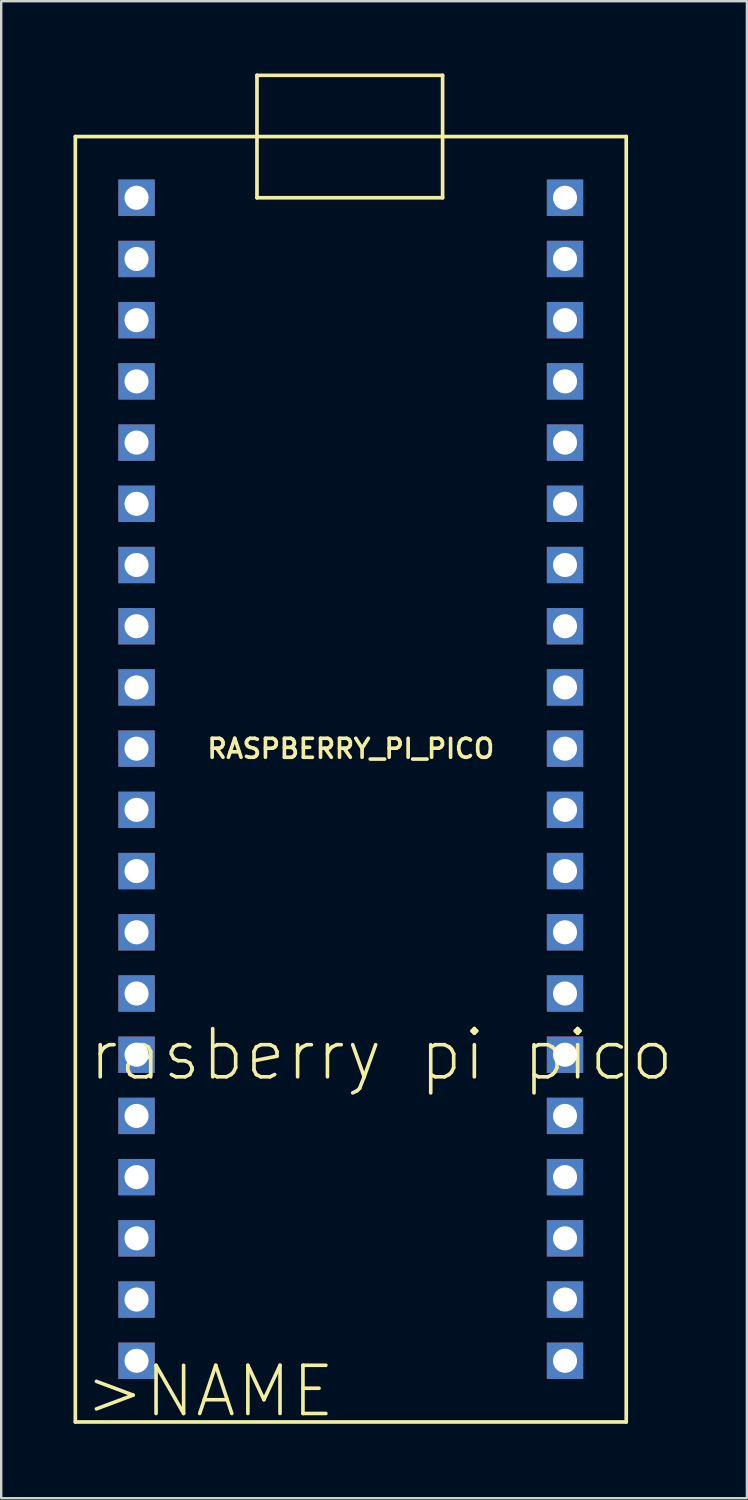
<source format=kicad_pcb>
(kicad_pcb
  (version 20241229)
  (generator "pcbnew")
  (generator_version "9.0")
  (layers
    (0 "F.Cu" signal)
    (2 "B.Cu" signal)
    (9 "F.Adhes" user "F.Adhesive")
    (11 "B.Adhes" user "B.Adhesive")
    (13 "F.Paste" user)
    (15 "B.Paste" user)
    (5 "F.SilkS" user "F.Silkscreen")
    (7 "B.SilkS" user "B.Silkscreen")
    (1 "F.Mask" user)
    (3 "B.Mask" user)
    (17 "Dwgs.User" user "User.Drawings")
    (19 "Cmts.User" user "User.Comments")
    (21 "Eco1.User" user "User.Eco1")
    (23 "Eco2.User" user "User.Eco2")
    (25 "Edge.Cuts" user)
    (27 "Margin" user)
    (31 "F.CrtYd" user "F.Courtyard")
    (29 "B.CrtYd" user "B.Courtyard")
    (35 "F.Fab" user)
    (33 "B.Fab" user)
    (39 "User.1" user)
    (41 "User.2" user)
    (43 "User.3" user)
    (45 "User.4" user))
  (footprint "RASPBERRY_PI_PICO"
    (layer "F.Cu")
    (at 11.506 28.016)
    (property "Reference" "RASPBERRY_PI_PICO" (at 0 0 0) (layer "F.SilkS") (effects (font (size 0.787 0.787) (thickness 0.15))))
    (attr through_hole)
    (fp_line (start -11.43 -25.4) (end -11.43 27.94) (stroke (width 0.152) (type solid)) (layer "F.SilkS"))
    (fp_line (start -11.43 27.94) (end 11.43 27.94) (stroke (width 0.152) (type solid)) (layer "F.SilkS"))
    (fp_line (start -3.893 -27.94) (end -3.893 -22.86) (stroke (width 0.152) (type solid)) (layer "F.SilkS"))
    (fp_line (start -3.893 -22.86) (end 3.81 -22.86) (stroke (width 0.152) (type solid)) (layer "F.SilkS"))
    (fp_line (start 3.81 -27.94) (end -3.893 -27.94) (stroke (width 0.152) (type solid)) (layer "F.SilkS"))
    (fp_line (start 3.81 -22.86) (end 3.81 -27.94) (stroke (width 0.152) (type solid)) (layer "F.SilkS"))
    (fp_line (start 11.43 -25.4) (end -11.43 -25.4) (stroke (width 0.152) (type solid)) (layer "F.SilkS"))
    (fp_line (start 11.43 27.94) (end 11.43 -25.4) (stroke (width 0.152) (type solid)) (layer "F.SilkS"))
    (fp_text user "rasberry pi pico" (at 1.27 12.7 0) (layer "F.SilkS") (effects (font (size 2 2) (thickness 0.15))))
    (fp_text user ">NAME " (at -5.08 26.67 0) (layer "F.SilkS") (effects (font (size 2 2) (thickness 0.15))))
    (pad "3V3" thru_hole rect (at 8.89 -12.7) (size 1.508 1.508) (drill 1) (layers "*.Cu" "*.Mask"))
    (pad "3V3_EN" thru_hole rect (at 8.89 -15.24) (size 1.508 1.508) (drill 1) (layers "*.Cu" "*.Mask"))
    (pad "ADC_VREF" thru_hole rect (at 8.89 -10.16) (size 1.508 1.508) (drill 1) (layers "*.Cu" "*.Mask"))
    (pad "AGND" thru_hole rect (at 8.89 -5.08) (size 1.508 1.508) (drill 1) (layers "*.Cu" "*.Mask"))
    (pad "GND" thru_hole rect (at 8.89 -17.78) (size 1.508 1.508) (drill 1) (layers "*.Cu" "*.Mask"))
    (pad "GND2" thru_hole rect (at 8.89 7.62) (size 1.508 1.508) (drill 1) (layers "*.Cu" "*.Mask"))
    (pad "GND3" thru_hole rect (at 8.89 20.32) (size 1.508 1.508) (drill 1) (layers "*.Cu" "*.Mask"))
    (pad "GND4" thru_hole rect (at -8.89 -17.78) (size 1.508 1.508) (drill 1) (layers "*.Cu" "*.Mask"))
    (pad "GND5" thru_hole rect (at -8.89 -5.08) (size 1.508 1.508) (drill 1) (layers "*.Cu" "*.Mask"))
    (pad "GND6" thru_hole rect (at -8.89 7.62) (size 1.508 1.508) (drill 1) (layers "*.Cu" "*.Mask"))
    (pad "GND7" thru_hole rect (at -8.89 20.32) (size 1.508 1.508) (drill 1) (layers "*.Cu" "*.Mask"))
    (pad "GP0" thru_hole rect (at -8.89 -22.86) (size 1.508 1.508) (drill 1) (layers "*.Cu" "*.Mask"))
    (pad "GP1" thru_hole rect (at -8.89 -20.32) (size 1.508 1.508) (drill 1) (layers "*.Cu" "*.Mask"))
    (pad "GP2" thru_hole rect (at -8.89 -15.24) (size 1.508 1.508) (drill 1) (layers "*.Cu" "*.Mask"))
    (pad "GP3" thru_hole rect (at -8.89 -12.7) (size 1.508 1.508) (drill 1) (layers "*.Cu" "*.Mask"))
    (pad "GP4" thru_hole rect (at -8.89 -10.16) (size 1.508 1.508) (drill 1) (layers "*.Cu" "*.Mask"))
    (pad "GP5" thru_hole rect (at -8.89 -7.62) (size 1.508 1.508) (drill 1) (layers "*.Cu" "*.Mask"))
    (pad "GP6" thru_hole rect (at -8.89 -2.54) (size 1.508 1.508) (drill 1) (layers "*.Cu" "*.Mask"))
    (pad "GP7" thru_hole rect (at -8.89 0) (size 1.508 1.508) (drill 1) (layers "*.Cu" "*.Mask"))
    (pad "GP8" thru_hole rect (at -8.89 2.54) (size 1.508 1.508) (drill 1) (layers "*.Cu" "*.Mask"))
    (pad "GP9" thru_hole rect (at -8.89 5.08) (size 1.508 1.508) (drill 1) (layers "*.Cu" "*.Mask"))
    (pad "GP10" thru_hole rect (at -8.89 10.16) (size 1.508 1.508) (drill 1) (layers "*.Cu" "*.Mask"))
    (pad "GP11" thru_hole rect (at -8.89 12.7) (size 1.508 1.508) (drill 1) (layers "*.Cu" "*.Mask"))
    (pad "GP12" thru_hole rect (at -8.89 15.24) (size 1.508 1.508) (drill 1) (layers "*.Cu" "*.Mask"))
    (pad "GP13" thru_hole rect (at -8.89 17.78) (size 1.508 1.508) (drill 1) (layers "*.Cu" "*.Mask"))
    (pad "GP14" thru_hole rect (at -8.89 22.86) (size 1.508 1.508) (drill 1) (layers "*.Cu" "*.Mask"))
    (pad "GP15" thru_hole rect (at -8.89 25.4) (size 1.508 1.508) (drill 1) (layers "*.Cu" "*.Mask"))
    (pad "GP16" thru_hole rect (at 8.89 25.4) (size 1.508 1.508) (drill 1) (layers "*.Cu" "*.Mask"))
    (pad "GP17" thru_hole rect (at 8.89 22.86) (size 1.508 1.508) (drill 1) (layers "*.Cu" "*.Mask"))
    (pad "GP18" thru_hole rect (at 8.89 17.78) (size 1.508 1.508) (drill 1) (layers "*.Cu" "*.Mask"))
    (pad "GP19" thru_hole rect (at 8.89 15.24) (size 1.508 1.508) (drill 1) (layers "*.Cu" "*.Mask"))
    (pad "GP20" thru_hole rect (at 8.89 12.7) (size 1.508 1.508) (drill 1) (layers "*.Cu" "*.Mask"))
    (pad "GP21" thru_hole rect (at 8.89 10.16) (size 1.508 1.508) (drill 1) (layers "*.Cu" "*.Mask"))
    (pad "GP22" thru_hole rect (at 8.89 5.08) (size 1.508 1.508) (drill 1) (layers "*.Cu" "*.Mask"))
    (pad "GP26_A0" thru_hole rect (at 8.89 0) (size 1.508 1.508) (drill 1) (layers "*.Cu" "*.Mask"))
    (pad "GP27_A1" thru_hole rect (at 8.89 -2.54) (size 1.508 1.508) (drill 1) (layers "*.Cu" "*.Mask"))
    (pad "GP28_A2" thru_hole rect (at 8.89 -7.62) (size 1.508 1.508) (drill 1) (layers "*.Cu" "*.Mask"))
    (pad "RUN" thru_hole rect (at 8.89 2.54) (size 1.508 1.508) (drill 1) (layers "*.Cu" "*.Mask"))
    (pad "VBUS" thru_hole rect (at 8.89 -22.86) (size 1.508 1.508) (drill 1) (layers "*.Cu" "*.Mask"))
    (pad "VSYS" thru_hole rect (at 8.89 -20.32) (size 1.508 1.508) (drill 1) (layers "*.Cu" "*.Mask")))
  (gr_rect
    (start -3 -3)
    (end 27.944 59.119)
    (stroke (width 0.1) (type default))
    (fill no)
    (layer "Edge.Cuts")))
</source>
